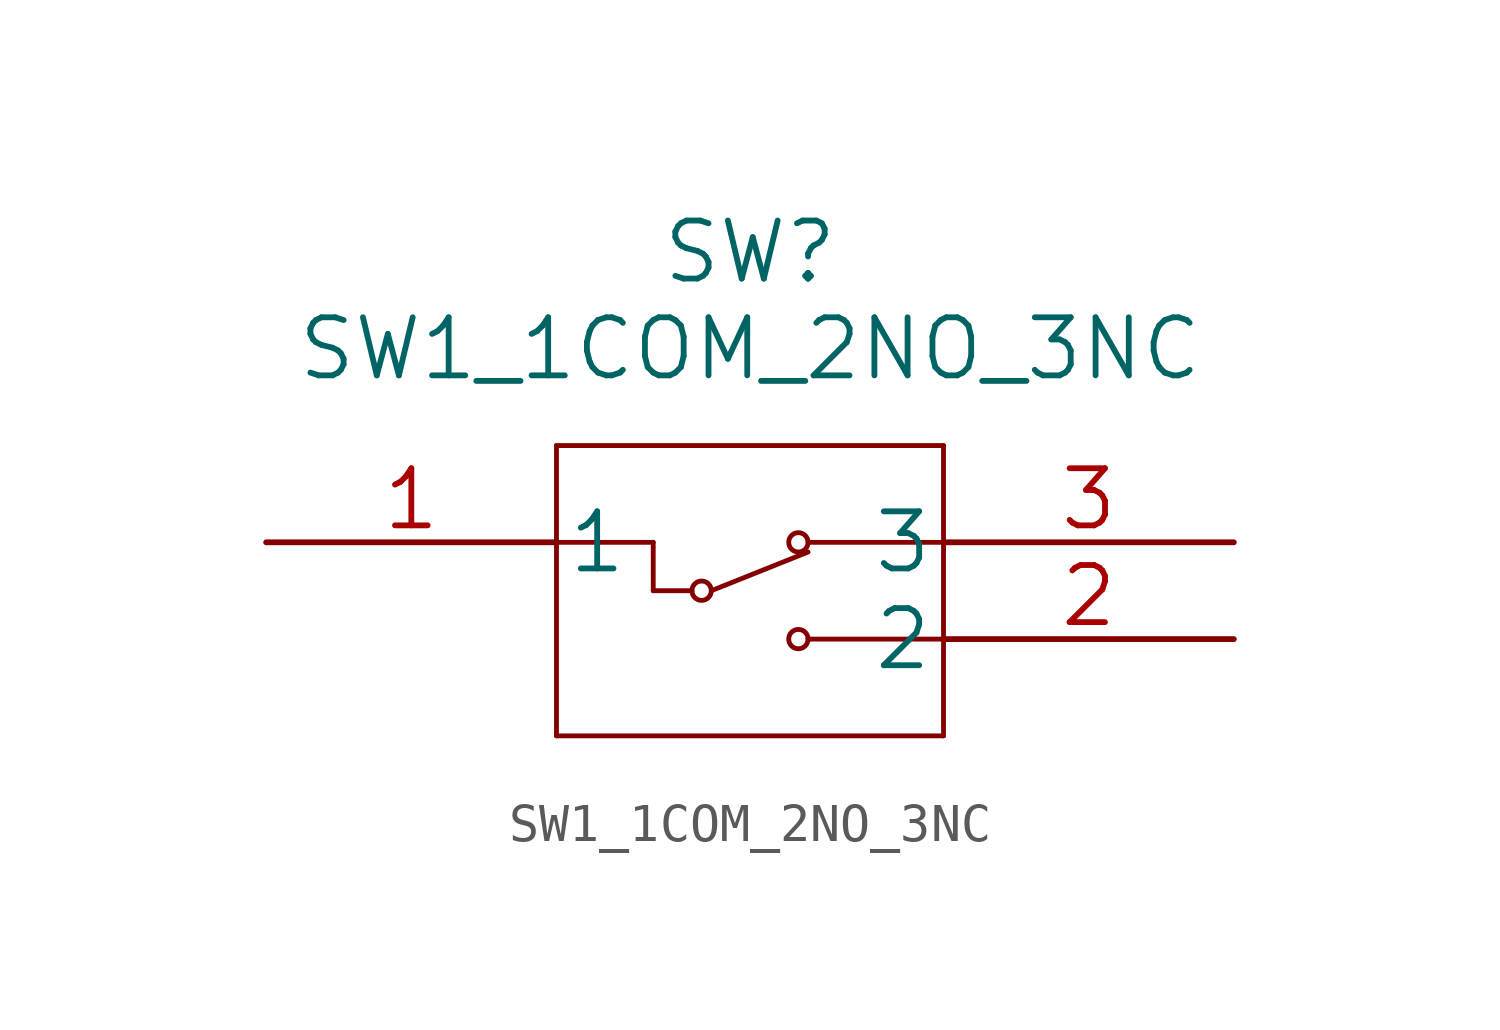
<source format=kicad_sym>
(kicad_symbol_lib
  (version 20241209)
  (generator "kicad_symbol_editor")
  (generator_version "9.0")
  (symbol "SW1_1COM_2NO_3NC"
    (pin_names
      (offset 0.254))
    (property "Reference" "SW"
      (at 12.7 7.62 0)
      (effects (font (size 1.524 1.524))))
    (property "Value" "SW1_1COM_2NO_3NC"
      (at 12.7 5.08 0)
      (effects (font (size 1.524 1.524))))
    (property "Datasheet" ""
      (at 0 0 0)
      (effects (font (size 1.524 1.524))))
    (symbol "SW1_1COM_2NO_3NC_1_1"
      (polyline (pts (xy 7.62 2.54) (xy 7.62 -5.08)) (stroke (width 0.127) (type solid)) (fill (type none)))
      (polyline (pts (xy 7.62 0) (xy 10.16 0)) (stroke (width 0.127) (type solid)) (fill (type none)))
      (polyline (pts (xy 7.62 -5.08) (xy 17.78 -5.08)) (stroke (width 0.127) (type solid)) (fill (type none)))
      (polyline (pts (xy 10.16 0) (xy 10.16 -1.27)) (stroke (width 0.127) (type solid)) (fill (type none)))
      (polyline (pts (xy 11.176 -1.27) (xy 10.16 -1.27)) (stroke (width 0.127) (type solid)) (fill (type none)))
      (circle (center 11.43 -1.27) (radius 0.254) (stroke (width 0.127) (type solid)) (fill (type none)))
      (polyline (pts (xy 11.684 -1.27) (xy 14.224 -0.254)) (stroke (width 0.127) (type solid)) (fill (type none)))
      (circle (center 13.97 0) (radius 0.254) (stroke (width 0.127) (type solid)) (fill (type none)))
      (circle (center 13.97 -2.54) (radius 0.254) (stroke (width 0.127) (type solid)) (fill (type none)))
      (polyline (pts (xy 17.78 2.54) (xy 7.62 2.54)) (stroke (width 0.127) (type solid)) (fill (type none)))
      (polyline (pts (xy 17.78 0) (xy 14.224 0)) (stroke (width 0.127) (type solid)) (fill (type none)))
      (polyline (pts (xy 17.78 -2.54) (xy 14.224 -2.54)) (stroke (width 0.127) (type solid)) (fill (type none)))
      (polyline (pts (xy 17.78 -5.08) (xy 17.78 2.54)) (stroke (width 0.127) (type solid)) (fill (type none)))
      (pin unspecified line (at 0 0 0) (length 7.62) (name "1" (effects (font (size 1.499 1.499)))) (number "1" (effects (font (size 1.499 1.499)))))
      (pin unspecified line (at 25.4 0 180) (length 7.62) (name "3" (effects (font (size 1.499 1.499)))) (number "3" (effects (font (size 1.499 1.499)))))
      (pin unspecified line (at 25.4 -2.54 180) (length 7.62) (name "2" (effects (font (size 1.499 1.499)))) (number "2" (effects (font (size 1.499 1.499))))))))
</source>
